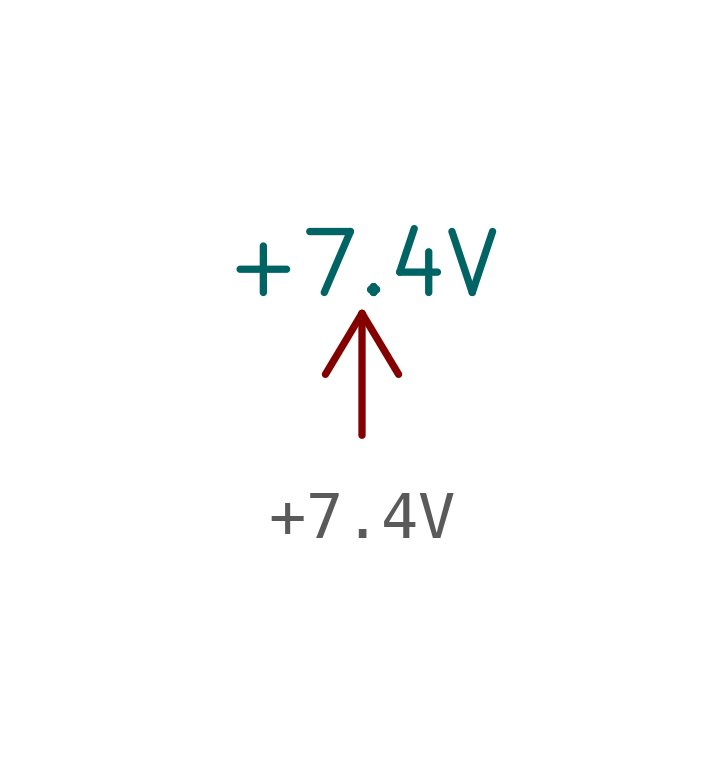
<source format=kicad_sym>
(kicad_symbol_lib
  (version 20220914)
  (generator kicad_symbol_editor)
  (symbol "+7.4V"
    (power)
    (pin_names
      (offset 0))
    (property "Reference" "#PWR"
      (at 0 -3.81 0)
      (effects (font (size 1.27 1.27)) hide))
    (property "Value" "+7.4V"
      (at 0 3.556 0)
      (effects (font (size 1.27 1.27))))
    (symbol "+7.4V_0_1"
      (polyline (pts (xy -0.762 1.27) (xy 0 2.54)) (stroke (width 0) (type default)) (fill (type none)))
      (polyline (pts (xy 0 0) (xy 0 2.54)) (stroke (width 0) (type default)) (fill (type none)))
      (polyline (pts (xy 0 2.54) (xy 0.762 1.27)) (stroke (width 0) (type default)) (fill (type none))))
    (symbol "+7.4V_1_1"
      (pin power_in line (at 0 0 90) (length 0) hide (name "+7.4V" (effects (font (size 1.27 1.27)))) (number "1" (effects (font (size 1.27 1.27))))))))
</source>
